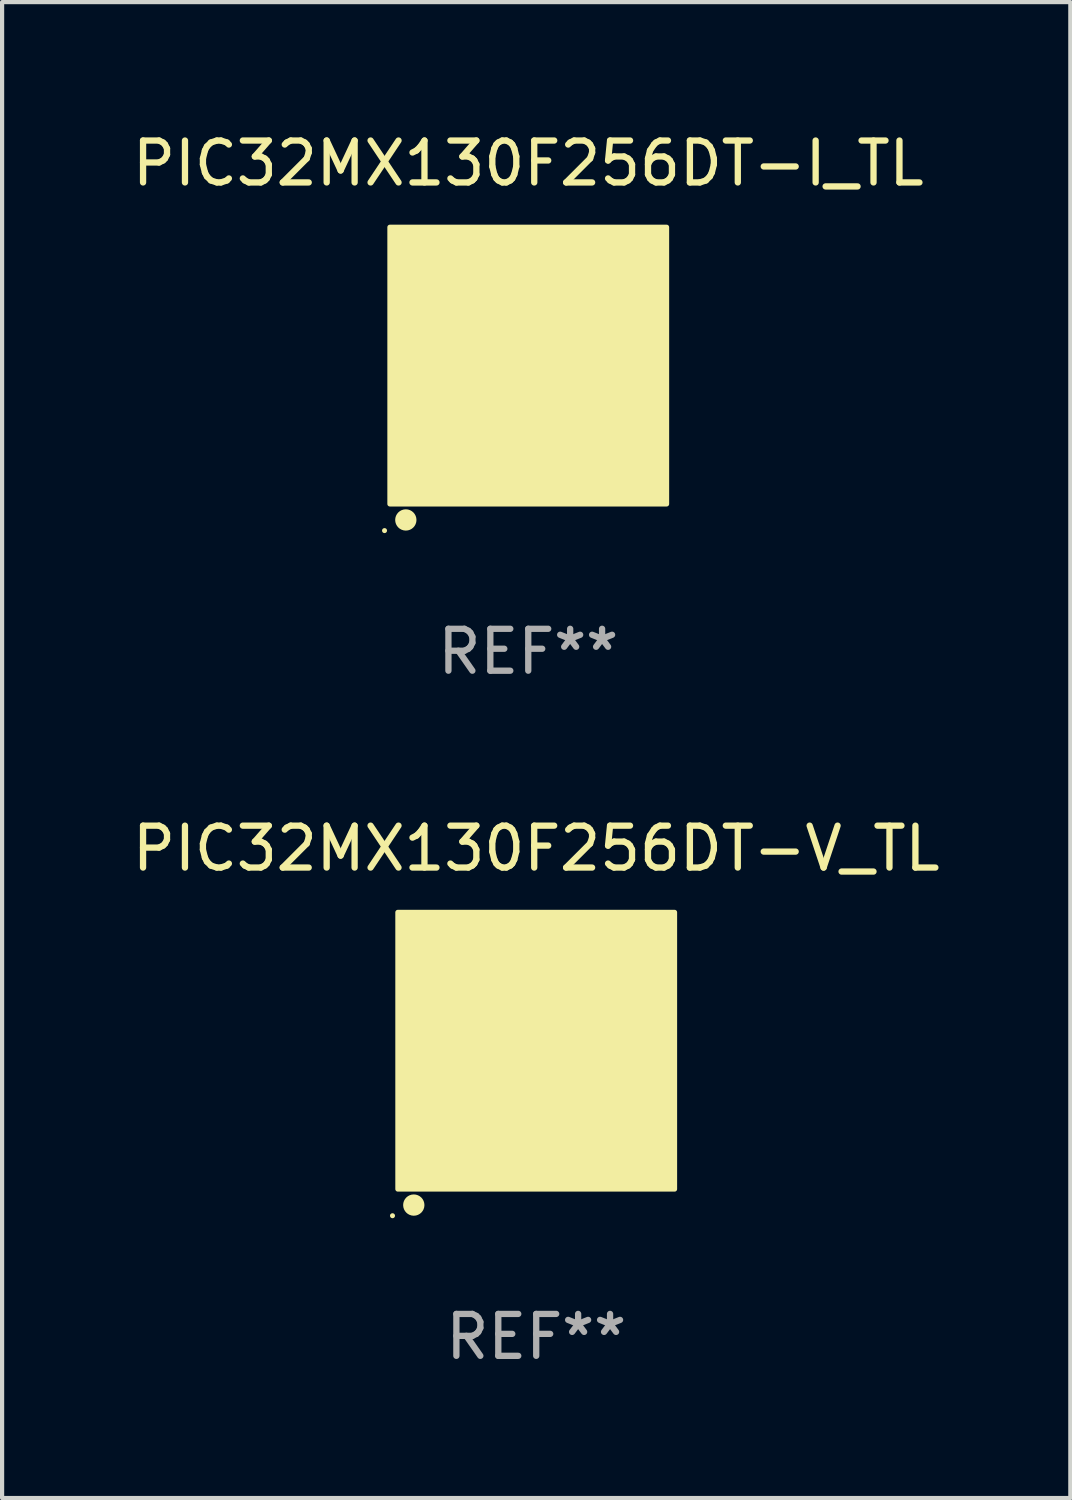
<source format=kicad_pcb>
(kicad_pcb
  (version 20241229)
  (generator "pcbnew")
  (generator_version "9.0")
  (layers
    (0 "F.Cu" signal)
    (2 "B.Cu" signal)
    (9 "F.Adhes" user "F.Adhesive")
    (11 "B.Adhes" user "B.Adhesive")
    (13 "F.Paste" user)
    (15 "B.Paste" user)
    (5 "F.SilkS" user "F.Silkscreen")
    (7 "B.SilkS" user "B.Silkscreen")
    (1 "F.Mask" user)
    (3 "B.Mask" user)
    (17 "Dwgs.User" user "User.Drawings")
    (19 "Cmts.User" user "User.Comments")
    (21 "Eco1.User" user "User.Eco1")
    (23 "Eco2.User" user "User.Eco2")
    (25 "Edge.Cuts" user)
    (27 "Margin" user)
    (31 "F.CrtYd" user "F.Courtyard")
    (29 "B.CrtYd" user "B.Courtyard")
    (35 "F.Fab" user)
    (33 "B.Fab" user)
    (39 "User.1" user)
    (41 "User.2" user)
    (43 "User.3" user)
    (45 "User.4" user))
  (footprint "PIC32MX130F256DT-I_TL"
    (layer "F.Cu")
    (at 9.554 5.673)
    (property "Reference" "PIC32MX130F256DT-I_TL" (at 0 -4.825 0) (layer "F.SilkS") (effects (font (size 1 1) (thickness 0.15))))
    (attr through_hole)
    (fp_circle (center -3.429 3.937) (end -3.399 3.937) (stroke (width 0.06) (type solid)) (fill no) (layer "F.SilkS"))
    (fp_circle (center -2.921 3.683) (end -2.794 3.683) (stroke (width 0.254) (type solid)) (fill no) (layer "F.SilkS"))
    (fp_poly (pts (xy -3.302 -3.302) (xy 3.302 -3.302) (xy 3.302 3.302) (xy -3.302 3.302)) (stroke (width 0.12) (type solid)) (fill yes) (layer "F.SilkS"))
    (fp_text user "REF**" (at 0 6.825 0) (layer "F.Fab") (effects (font (size 1 1) (thickness 0.15))))
    (pad "1" smd rect (at -2.25 2.825) (size 0.3 0.45) (layers "F.Cu" "F.Mask" "F.Paste"))
    (pad "2" smd rect (at -1.75 2.825) (size 0.3 0.45) (layers "F.Cu" "F.Mask" "F.Paste"))
    (pad "3" smd rect (at -1.25 2.825) (size 0.3 0.45) (layers "F.Cu" "F.Mask" "F.Paste"))
    (pad "4" smd rect (at -0.75 2.825) (size 0.3 0.45) (layers "F.Cu" "F.Mask" "F.Paste"))
    (pad "5" smd rect (at -0.25 2.825) (size 0.3 0.45) (layers "F.Cu" "F.Mask" "F.Paste"))
    (pad "6" smd rect (at 0.25 2.825) (size 0.3 0.45) (layers "F.Cu" "F.Mask" "F.Paste"))
    (pad "7" smd rect (at 0.75 2.825) (size 0.3 0.45) (layers "F.Cu" "F.Mask" "F.Paste"))
    (pad "8" smd rect (at 1.25 2.825) (size 0.3 0.45) (layers "F.Cu" "F.Mask" "F.Paste"))
    (pad "9" smd rect (at 1.75 2.825) (size 0.3 0.45) (layers "F.Cu" "F.Mask" "F.Paste"))
    (pad "10" smd rect (at 2.25 2.825) (size 0.3 0.45) (layers "F.Cu" "F.Mask" "F.Paste"))
    (pad "11" smd rect (at 2.825 2.825 90) (size 0.45 0.45) (layers "F.Cu" "F.Mask" "F.Paste"))
    (pad "12" smd rect (at 2.825 2.25 90) (size 0.3 0.45) (layers "F.Cu" "F.Mask" "F.Paste"))
    (pad "13" smd rect (at 2.825 1.75 90) (size 0.3 0.45) (layers "F.Cu" "F.Mask" "F.Paste"))
    (pad "14" smd rect (at 2.825 1.25 90) (size 0.3 0.45) (layers "F.Cu" "F.Mask" "F.Paste"))
    (pad "15" smd rect (at 2.825 0.75 90) (size 0.3 0.45) (layers "F.Cu" "F.Mask" "F.Paste"))
    (pad "16" smd rect (at 2.825 0.25 90) (size 0.3 0.45) (layers "F.Cu" "F.Mask" "F.Paste"))
    (pad "17" smd rect (at 2.825 -0.25 90) (size 0.3 0.45) (layers "F.Cu" "F.Mask" "F.Paste"))
    (pad "18" smd rect (at 2.825 -0.75 90) (size 0.3 0.45) (layers "F.Cu" "F.Mask" "F.Paste"))
    (pad "19" smd rect (at 2.825 -1.25 90) (size 0.3 0.45) (layers "F.Cu" "F.Mask" "F.Paste"))
    (pad "20" smd rect (at 2.825 -1.75 90) (size 0.3 0.45) (layers "F.Cu" "F.Mask" "F.Paste"))
    (pad "21" smd rect (at 2.825 -2.25 90) (size 0.3 0.45) (layers "F.Cu" "F.Mask" "F.Paste"))
    (pad "22" smd rect (at 2.825 -2.825 90) (size 0.45 0.45) (layers "F.Cu" "F.Mask" "F.Paste"))
    (pad "23" smd rect (at 2.25 -2.825) (size 0.3 0.45) (layers "F.Cu" "F.Mask" "F.Paste"))
    (pad "24" smd rect (at 1.75 -2.825) (size 0.3 0.45) (layers "F.Cu" "F.Mask" "F.Paste"))
    (pad "25" smd rect (at 1.25 -2.825) (size 0.3 0.45) (layers "F.Cu" "F.Mask" "F.Paste"))
    (pad "26" smd rect (at 0.75 -2.825) (size 0.3 0.45) (layers "F.Cu" "F.Mask" "F.Paste"))
    (pad "27" smd rect (at 0.25 -2.825) (size 0.3 0.45) (layers "F.Cu" "F.Mask" "F.Paste"))
    (pad "28" smd rect (at -0.25 -2.825) (size 0.3 0.45) (layers "F.Cu" "F.Mask" "F.Paste"))
    (pad "29" smd rect (at -0.75 -2.825) (size 0.3 0.45) (layers "F.Cu" "F.Mask" "F.Paste"))
    (pad "30" smd rect (at -1.25 -2.825) (size 0.3 0.45) (layers "F.Cu" "F.Mask" "F.Paste"))
    (pad "31" smd rect (at -1.75 -2.825) (size 0.3 0.45) (layers "F.Cu" "F.Mask" "F.Paste"))
    (pad "32" smd rect (at -2.25 -2.825) (size 0.3 0.45) (layers "F.Cu" "F.Mask" "F.Paste"))
    (pad "33" smd rect (at -2.825 -2.825 90) (size 0.45 0.45) (layers "F.Cu" "F.Mask" "F.Paste"))
    (pad "34" smd rect (at -2.825 -2.25 90) (size 0.3 0.45) (layers "F.Cu" "F.Mask" "F.Paste"))
    (pad "35" smd rect (at -2.825 -1.75 90) (size 0.3 0.45) (layers "F.Cu" "F.Mask" "F.Paste"))
    (pad "36" smd rect (at -2.825 -1.25 90) (size 0.3 0.45) (layers "F.Cu" "F.Mask" "F.Paste"))
    (pad "37" smd rect (at -2.825 -0.75 90) (size 0.3 0.45) (layers "F.Cu" "F.Mask" "F.Paste"))
    (pad "38" smd rect (at -2.825 -0.25 90) (size 0.3 0.45) (layers "F.Cu" "F.Mask" "F.Paste"))
    (pad "39" smd rect (at -2.825 0.25 90) (size 0.3 0.45) (layers "F.Cu" "F.Mask" "F.Paste"))
    (pad "40" smd rect (at -2.825 0.75 90) (size 0.3 0.45) (layers "F.Cu" "F.Mask" "F.Paste"))
    (pad "41" smd rect (at -2.825 1.25 90) (size 0.3 0.45) (layers "F.Cu" "F.Mask" "F.Paste"))
    (pad "42" smd rect (at -2.825 1.75 90) (size 0.3 0.45) (layers "F.Cu" "F.Mask" "F.Paste"))
    (pad "43" smd rect (at -2.825 2.25 90) (size 0.3 0.45) (layers "F.Cu" "F.Mask" "F.Paste"))
    (pad "44" smd rect (at -2.825 2.825 90) (size 0.45 0.45) (layers "F.Cu" "F.Mask" "F.Paste"))
    (pad "45" smd rect (at 0 0 90) (size 4.6 4.6) (layers "F.Cu" "F.Mask" "F.Paste")))
  (footprint "PIC32MX130F256DT-V_TL"
    (layer "F.Cu")
    (at 9.744 22.02)
    (property "Reference" "PIC32MX130F256DT-V_TL" (at 0 -4.825 0) (layer "F.SilkS") (effects (font (size 1 1) (thickness 0.15))))
    (attr through_hole)
    (fp_circle (center -3.429 3.937) (end -3.399 3.937) (stroke (width 0.06) (type solid)) (fill no) (layer "F.SilkS"))
    (fp_circle (center -2.921 3.683) (end -2.794 3.683) (stroke (width 0.254) (type solid)) (fill no) (layer "F.SilkS"))
    (fp_poly (pts (xy -3.302 -3.302) (xy 3.302 -3.302) (xy 3.302 3.302) (xy -3.302 3.302)) (stroke (width 0.12) (type solid)) (fill yes) (layer "F.SilkS"))
    (fp_text user "REF**" (at 0 6.825 0) (layer "F.Fab") (effects (font (size 1 1) (thickness 0.15))))
    (pad "1" smd rect (at -2.25 2.825) (size 0.3 0.45) (layers "F.Cu" "F.Mask" "F.Paste"))
    (pad "2" smd rect (at -1.75 2.825) (size 0.3 0.45) (layers "F.Cu" "F.Mask" "F.Paste"))
    (pad "3" smd rect (at -1.25 2.825) (size 0.3 0.45) (layers "F.Cu" "F.Mask" "F.Paste"))
    (pad "4" smd rect (at -0.75 2.825) (size 0.3 0.45) (layers "F.Cu" "F.Mask" "F.Paste"))
    (pad "5" smd rect (at -0.25 2.825) (size 0.3 0.45) (layers "F.Cu" "F.Mask" "F.Paste"))
    (pad "6" smd rect (at 0.25 2.825) (size 0.3 0.45) (layers "F.Cu" "F.Mask" "F.Paste"))
    (pad "7" smd rect (at 0.75 2.825) (size 0.3 0.45) (layers "F.Cu" "F.Mask" "F.Paste"))
    (pad "8" smd rect (at 1.25 2.825) (size 0.3 0.45) (layers "F.Cu" "F.Mask" "F.Paste"))
    (pad "9" smd rect (at 1.75 2.825) (size 0.3 0.45) (layers "F.Cu" "F.Mask" "F.Paste"))
    (pad "10" smd rect (at 2.25 2.825) (size 0.3 0.45) (layers "F.Cu" "F.Mask" "F.Paste"))
    (pad "11" smd rect (at 2.825 2.825 90) (size 0.45 0.45) (layers "F.Cu" "F.Mask" "F.Paste"))
    (pad "12" smd rect (at 2.825 2.25 90) (size 0.3 0.45) (layers "F.Cu" "F.Mask" "F.Paste"))
    (pad "13" smd rect (at 2.825 1.75 90) (size 0.3 0.45) (layers "F.Cu" "F.Mask" "F.Paste"))
    (pad "14" smd rect (at 2.825 1.25 90) (size 0.3 0.45) (layers "F.Cu" "F.Mask" "F.Paste"))
    (pad "15" smd rect (at 2.825 0.75 90) (size 0.3 0.45) (layers "F.Cu" "F.Mask" "F.Paste"))
    (pad "16" smd rect (at 2.825 0.25 90) (size 0.3 0.45) (layers "F.Cu" "F.Mask" "F.Paste"))
    (pad "17" smd rect (at 2.825 -0.25 90) (size 0.3 0.45) (layers "F.Cu" "F.Mask" "F.Paste"))
    (pad "18" smd rect (at 2.825 -0.75 90) (size 0.3 0.45) (layers "F.Cu" "F.Mask" "F.Paste"))
    (pad "19" smd rect (at 2.825 -1.25 90) (size 0.3 0.45) (layers "F.Cu" "F.Mask" "F.Paste"))
    (pad "20" smd rect (at 2.825 -1.75 90) (size 0.3 0.45) (layers "F.Cu" "F.Mask" "F.Paste"))
    (pad "21" smd rect (at 2.825 -2.25 90) (size 0.3 0.45) (layers "F.Cu" "F.Mask" "F.Paste"))
    (pad "22" smd rect (at 2.825 -2.825 90) (size 0.45 0.45) (layers "F.Cu" "F.Mask" "F.Paste"))
    (pad "23" smd rect (at 2.25 -2.825) (size 0.3 0.45) (layers "F.Cu" "F.Mask" "F.Paste"))
    (pad "24" smd rect (at 1.75 -2.825) (size 0.3 0.45) (layers "F.Cu" "F.Mask" "F.Paste"))
    (pad "25" smd rect (at 1.25 -2.825) (size 0.3 0.45) (layers "F.Cu" "F.Mask" "F.Paste"))
    (pad "26" smd rect (at 0.75 -2.825) (size 0.3 0.45) (layers "F.Cu" "F.Mask" "F.Paste"))
    (pad "27" smd rect (at 0.25 -2.825) (size 0.3 0.45) (layers "F.Cu" "F.Mask" "F.Paste"))
    (pad "28" smd rect (at -0.25 -2.825) (size 0.3 0.45) (layers "F.Cu" "F.Mask" "F.Paste"))
    (pad "29" smd rect (at -0.75 -2.825) (size 0.3 0.45) (layers "F.Cu" "F.Mask" "F.Paste"))
    (pad "30" smd rect (at -1.25 -2.825) (size 0.3 0.45) (layers "F.Cu" "F.Mask" "F.Paste"))
    (pad "31" smd rect (at -1.75 -2.825) (size 0.3 0.45) (layers "F.Cu" "F.Mask" "F.Paste"))
    (pad "32" smd rect (at -2.25 -2.825) (size 0.3 0.45) (layers "F.Cu" "F.Mask" "F.Paste"))
    (pad "33" smd rect (at -2.825 -2.825 90) (size 0.45 0.45) (layers "F.Cu" "F.Mask" "F.Paste"))
    (pad "34" smd rect (at -2.825 -2.25 90) (size 0.3 0.45) (layers "F.Cu" "F.Mask" "F.Paste"))
    (pad "35" smd rect (at -2.825 -1.75 90) (size 0.3 0.45) (layers "F.Cu" "F.Mask" "F.Paste"))
    (pad "36" smd rect (at -2.825 -1.25 90) (size 0.3 0.45) (layers "F.Cu" "F.Mask" "F.Paste"))
    (pad "37" smd rect (at -2.825 -0.75 90) (size 0.3 0.45) (layers "F.Cu" "F.Mask" "F.Paste"))
    (pad "38" smd rect (at -2.825 -0.25 90) (size 0.3 0.45) (layers "F.Cu" "F.Mask" "F.Paste"))
    (pad "39" smd rect (at -2.825 0.25 90) (size 0.3 0.45) (layers "F.Cu" "F.Mask" "F.Paste"))
    (pad "40" smd rect (at -2.825 0.75 90) (size 0.3 0.45) (layers "F.Cu" "F.Mask" "F.Paste"))
    (pad "41" smd rect (at -2.825 1.25 90) (size 0.3 0.45) (layers "F.Cu" "F.Mask" "F.Paste"))
    (pad "42" smd rect (at -2.825 1.75 90) (size 0.3 0.45) (layers "F.Cu" "F.Mask" "F.Paste"))
    (pad "43" smd rect (at -2.825 2.25 90) (size 0.3 0.45) (layers "F.Cu" "F.Mask" "F.Paste"))
    (pad "44" smd rect (at -2.825 2.825 90) (size 0.45 0.45) (layers "F.Cu" "F.Mask" "F.Paste"))
    (pad "45" smd rect (at 0 0 90) (size 4.6 4.6) (layers "F.Cu" "F.Mask" "F.Paste")))
  (gr_rect
    (start -3 -3)
    (end 22.488 32.693)
    (stroke (width 0.1) (type default))
    (fill no)
    (layer "Edge.Cuts")))
</source>
